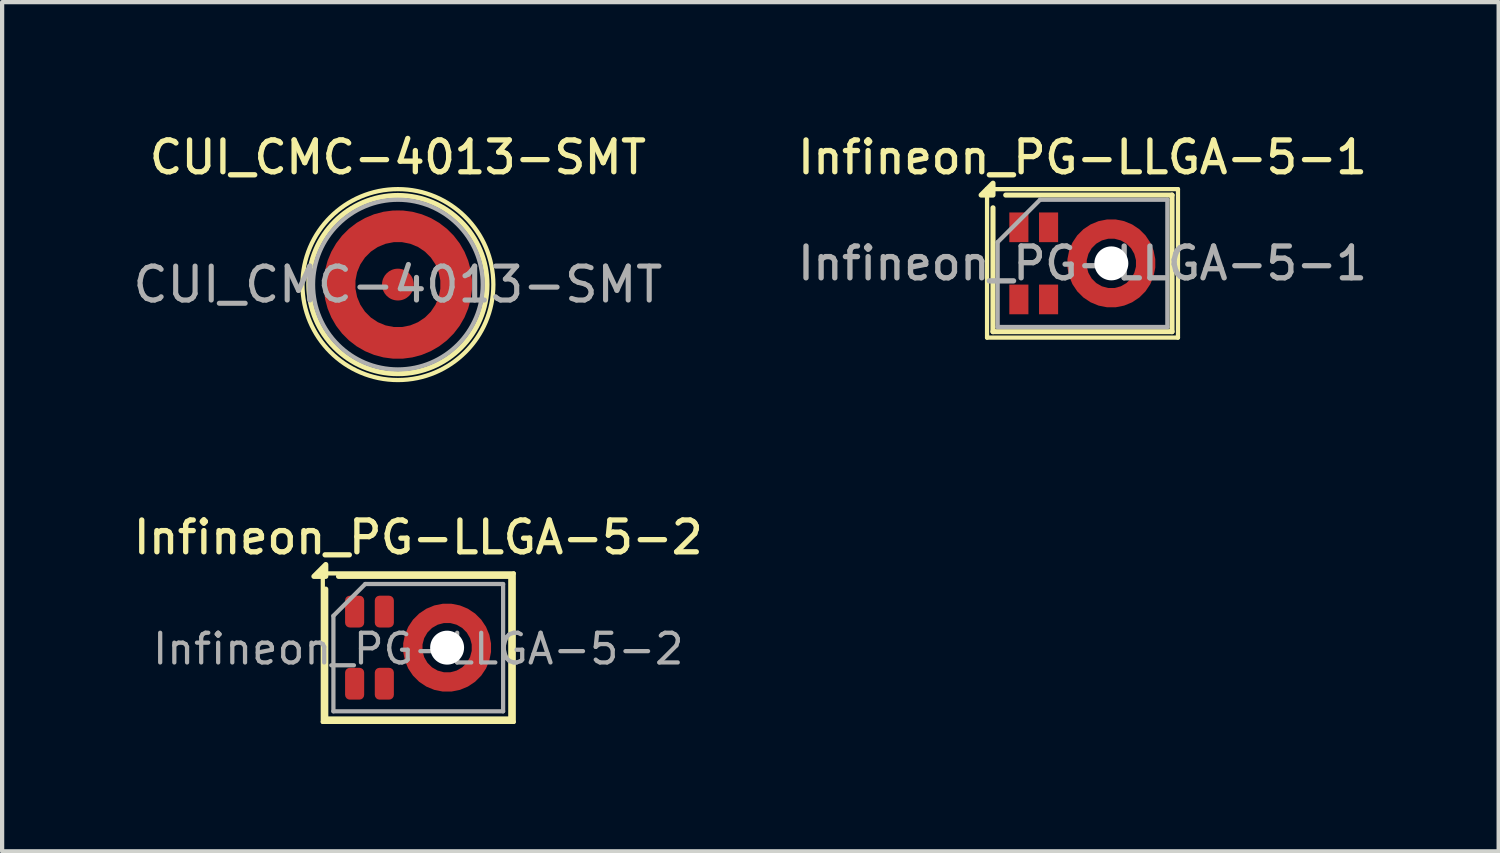
<source format=kicad_pcb>
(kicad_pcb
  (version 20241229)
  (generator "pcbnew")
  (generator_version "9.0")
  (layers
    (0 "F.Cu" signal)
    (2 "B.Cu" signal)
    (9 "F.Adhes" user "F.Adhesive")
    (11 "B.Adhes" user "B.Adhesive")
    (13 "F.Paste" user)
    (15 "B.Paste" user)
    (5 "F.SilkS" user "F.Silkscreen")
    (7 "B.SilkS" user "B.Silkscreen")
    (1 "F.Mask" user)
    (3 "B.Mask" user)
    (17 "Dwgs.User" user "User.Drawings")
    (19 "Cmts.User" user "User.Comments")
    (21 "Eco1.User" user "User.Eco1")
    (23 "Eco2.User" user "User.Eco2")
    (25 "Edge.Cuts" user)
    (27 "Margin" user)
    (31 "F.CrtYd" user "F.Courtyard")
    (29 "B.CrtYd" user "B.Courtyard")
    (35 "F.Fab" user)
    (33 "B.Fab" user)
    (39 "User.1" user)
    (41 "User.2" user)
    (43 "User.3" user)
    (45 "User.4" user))
  (footprint "Infineon_PG-LLGA-5-1"
    (layer "F.Cu")
    (at 22.466 3.158)
    (property "Reference" "Infineon_PG-LLGA-5-1" (at 0 -2.5 0) (layer "F.SilkS") (effects (font (size 0.75 0.75) (thickness 0.125))))
    (attr smd)
    (fp_line (start -2.25 -1.75) (end 2.25 -1.75) (stroke (width 0.1) (type solid)) (layer "F.SilkS"))
    (fp_line (start -2.25 1.75) (end -2.25 -1.75) (stroke (width 0.1) (type solid)) (layer "F.SilkS"))
    (fp_line (start -2.11 1.61) (end -2.11 -1.31) (stroke (width 0.12) (type solid)) (layer "F.SilkS"))
    (fp_line (start -1.81 -1.61) (end 2.11 -1.61) (stroke (width 0.12) (type solid)) (layer "F.SilkS"))
    (fp_line (start 2.11 -1.61) (end 2.11 1.61) (stroke (width 0.12) (type solid)) (layer "F.SilkS"))
    (fp_line (start 2.11 1.61) (end -2.11 1.61) (stroke (width 0.12) (type solid)) (layer "F.SilkS"))
    (fp_line (start 2.25 -1.75) (end 2.25 1.75) (stroke (width 0.1) (type solid)) (layer "F.SilkS"))
    (fp_line (start 2.25 1.75) (end -2.25 1.75) (stroke (width 0.1) (type solid)) (layer "F.SilkS"))
    (fp_poly (pts (xy -2.11 -1.61) (xy -2.39 -1.61) (xy -2.11 -1.89) (xy -2.11 -1.61)) (stroke (width 0.12) (type solid)) (fill yes) (layer "F.SilkS"))
    (fp_line (start -2 -0.5) (end -1 -1.5) (stroke (width 0.1) (type solid)) (layer "F.Fab"))
    (fp_line (start -2 1.5) (end -2 -0.5) (stroke (width 0.1) (type solid)) (layer "F.Fab"))
    (fp_line (start -1 -1.5) (end 2 -1.5) (stroke (width 0.1) (type solid)) (layer "F.Fab"))
    (fp_line (start 2 -1.5) (end 2 1.5) (stroke (width 0.1) (type solid)) (layer "F.Fab"))
    (fp_line (start 2 1.5) (end -2 1.5) (stroke (width 0.1) (type solid)) (layer "F.Fab"))
    (fp_text user "${REFERENCE}" (at 0 0 0) (layer "F.Fab") (effects (font (size 0.75 0.75) (thickness 0.125))))
    (pad "" smd custom (at -1.5 -0.725) (size 0.3 0.3) (layers "F.Paste") (options (anchor circle)) (primitives (gr_poly (pts (xy 0.077 -0.435) (xy 0.141 -0.391) (xy 0.185 -0.327) (xy 0.2 -0.25) (xy 0.2 0) (xy 0.185 0.077) (xy 0.141 0.141) (xy 0.077 0.185) (xy 0 0.2) (xy -0.077 0.185) (xy -0.141 0.141) (xy -0.185 0.077) (xy -0.2 0) (xy -0.2 -0.25) (xy -0.185 -0.327) (xy -0.141 -0.391) (xy -0.077 -0.435) (xy 0 -0.45)) (width 0) (fill yes))))
    (pad "" smd custom (at -1.5 0.725) (size 0.3 0.3) (layers "F.Paste") (options (anchor circle)) (primitives (gr_poly (pts (xy 0.077 -0.185) (xy 0.141 -0.141) (xy 0.185 -0.077) (xy 0.2 0) (xy 0.2 0.25) (xy 0.185 0.327) (xy 0.141 0.391) (xy 0.077 0.435) (xy 0 0.45) (xy -0.077 0.435) (xy -0.141 0.391) (xy -0.185 0.327) (xy -0.2 0.25) (xy -0.2 0) (xy -0.185 -0.077) (xy -0.141 -0.141) (xy -0.077 -0.185) (xy 0 -0.2)) (width 0) (fill yes))))
    (pad "" smd custom (at -0.8 -0.725) (size 0.3 0.3) (layers "F.Paste") (options (anchor circle)) (primitives (gr_poly (pts (xy 0.077 -0.435) (xy 0.141 -0.391) (xy 0.185 -0.327) (xy 0.2 -0.25) (xy 0.2 0) (xy 0.185 0.077) (xy 0.141 0.141) (xy 0.077 0.185) (xy 0 0.2) (xy -0.077 0.185) (xy -0.141 0.141) (xy -0.185 0.077) (xy -0.2 0) (xy -0.2 -0.25) (xy -0.185 -0.327) (xy -0.141 -0.391) (xy -0.077 -0.435) (xy 0 -0.45)) (width 0) (fill yes))))
    (pad "" smd custom (at -0.8 0.725) (size 0.3 0.3) (layers "F.Paste") (options (anchor circle)) (primitives (gr_poly (pts (xy 0.077 -0.185) (xy 0.141 -0.141) (xy 0.185 -0.077) (xy 0.2 0) (xy 0.2 0.25) (xy 0.185 0.327) (xy 0.141 0.391) (xy 0.077 0.435) (xy 0 0.45) (xy -0.077 0.435) (xy -0.141 0.391) (xy -0.185 0.327) (xy -0.2 0.25) (xy -0.2 0) (xy -0.185 -0.077) (xy -0.141 -0.141) (xy -0.077 -0.185) (xy 0 -0.2)) (width 0) (fill yes))))
    (pad "" smd custom (at -0.12 0) (size 0.3 0.3) (layers "F.Paste") (options (anchor circle)) (primitives (gr_poly (pts (xy 0.058 -0.359) (xy 0.129 -0.328) (xy 0.184 -0.273) (xy 0.213 -0.2) (xy 0.213 -0.122) (xy 0.2 0) (xy 0.213 0.122) (xy 0.213 0.2) (xy 0.184 0.273) (xy 0.129 0.328) (xy 0.058 0.359) (xy -0.02 0.36) (xy -0.093 0.33) (xy -0.149 0.276) (xy -0.179 0.204) (xy -0.198 0.068) (xy -0.198 -0.068) (xy -0.179 -0.204) (xy -0.149 -0.276) (xy -0.093 -0.33) (xy -0.02 -0.36)) (width 0) (fill yes))))
    (pad "" smd custom (at 0.28 -0.693) (size 0.3 0.3) (layers "F.Paste") (options (anchor circle)) (primitives (gr_poly (pts (xy 0.24 -0.246) (xy 0.301 -0.198) (xy 0.34 -0.13) (xy 0.349 -0.052) (xy 0.328 0.023) (xy 0.28 0.085) (xy 0.212 0.123) (xy 0.1 0.173) (xy 0.000409 0.245) (xy -0.067 0.285) (xy -0.144 0.296) (xy -0.22 0.276) (xy -0.282 0.229) (xy -0.322 0.162) (xy -0.332 0.085) (xy -0.313 0.009) (xy -0.266 -0.053) (xy -0.158 -0.137) (xy -0.04 -0.205) (xy 0.087 -0.257) (xy 0.164 -0.266)) (width 0) (fill yes))))
    (pad "" smd custom (at 0.28 0.693) (size 0.3 0.3) (layers "F.Paste") (options (anchor circle)) (primitives (gr_poly (pts (xy -0.067 -0.285) (xy 0.000389 -0.245) (xy 0.1 -0.173) (xy 0.212 -0.123) (xy 0.28 -0.085) (xy 0.328 -0.023) (xy 0.349 0.052) (xy 0.34 0.13) (xy 0.301 0.197) (xy 0.24 0.246) (xy 0.164 0.266) (xy 0.087 0.257) (xy -0.04 0.205) (xy -0.158 0.137) (xy -0.266 0.053) (xy -0.313 -0.009) (xy -0.332 -0.085) (xy -0.322 -0.162) (xy -0.282 -0.229) (xy -0.22 -0.276) (xy -0.144 -0.296)) (width 0) (fill yes))))
    (pad "" np_thru_hole circle (at 0.68 0) (size 0.8 0.8) (drill 0.8) (layers "*.Cu" "*.Mask"))
    (pad "" smd custom (at 1.08 -0.693) (size 0.3 0.3) (layers "F.Paste") (options (anchor circle)) (primitives (gr_poly (pts (xy -0.087 -0.257) (xy 0.04 -0.205) (xy 0.158 -0.137) (xy 0.266 -0.053) (xy 0.313 0.009) (xy 0.332 0.085) (xy 0.322 0.162) (xy 0.282 0.229) (xy 0.22 0.276) (xy 0.144 0.296) (xy 0.067 0.285) (xy -0.000409 0.245) (xy -0.1 0.173) (xy -0.212 0.123) (xy -0.28 0.085) (xy -0.328 0.023) (xy -0.349 -0.052) (xy -0.34 -0.13) (xy -0.301 -0.198) (xy -0.24 -0.246) (xy -0.164 -0.266)) (width 0) (fill yes))))
    (pad "" smd custom (at 1.08 0.693) (size 0.3 0.3) (layers "F.Paste") (options (anchor circle)) (primitives (gr_poly (pts (xy 0.22 -0.276) (xy 0.282 -0.229) (xy 0.322 -0.162) (xy 0.332 -0.085) (xy 0.313 -0.009) (xy 0.266 0.053) (xy 0.158 0.137) (xy 0.04 0.205) (xy -0.087 0.257) (xy -0.164 0.266) (xy -0.24 0.246) (xy -0.301 0.198) (xy -0.34 0.13) (xy -0.349 0.052) (xy -0.328 -0.023) (xy -0.28 -0.085) (xy -0.212 -0.123) (xy -0.1 -0.173) (xy -0.000411 -0.245) (xy 0.067 -0.285) (xy 0.144 -0.296)) (width 0) (fill yes))))
    (pad "" smd custom (at 1.48 0) (size 0.3 0.3) (layers "F.Paste") (options (anchor circle)) (primitives (gr_poly (pts (xy 0.093 -0.33) (xy 0.149 -0.276) (xy 0.179 -0.204) (xy 0.198 -0.068) (xy 0.198 0.068) (xy 0.179 0.204) (xy 0.149 0.276) (xy 0.093 0.33) (xy 0.02 0.36) (xy -0.058 0.359) (xy -0.129 0.328) (xy -0.184 0.273) (xy -0.213 0.2) (xy -0.213 0.122) (xy -0.2 0) (xy -0.213 -0.122) (xy -0.213 -0.2) (xy -0.184 -0.273) (xy -0.129 -0.328) (xy -0.058 -0.359) (xy 0.02 -0.36)) (width 0) (fill yes))))
    (pad "1" smd rect (at -1.5 -0.85) (size 0.45 0.7) (layers "F.Cu" "F.Mask"))
    (pad "2" smd rect (at -0.8 -0.85) (size 0.45 0.7) (layers "F.Cu" "F.Mask"))
    (pad "3" smd rect (at -1.5 0.85) (size 0.45 0.7) (layers "F.Cu" "F.Mask"))
    (pad "4" smd rect (at -0.8 0.85) (size 0.45 0.7) (layers "F.Cu" "F.Mask"))
    (pad "5" smd custom (at 0.68 -0.81) (size 0.4 0.4) (layers "F.Cu" "F.Mask") (options (anchor circle)) (primitives (gr_circle (center 0 0.81) (end 0.81 0.81) (width 0.46) (fill no)))))
  (footprint "CUI_CMC-4013-SMT"
    (layer "F.Cu")
    (at 6.329 3.658)
    (property "Reference" "CUI_CMC-4013-SMT" (at 0 -3 0) (layer "F.SilkS") (effects (font (size 0.75 0.75) (thickness 0.125))))
    (attr smd)
    (fp_circle (center 0 0) (end 2.1 0) (stroke (width 0.12) (type solid)) (fill no) (layer "F.SilkS"))
    (fp_circle (center 0 0) (end 2.25 0) (stroke (width 0.1) (type solid)) (fill no) (layer "F.SilkS"))
    (fp_circle (center 0 0) (end 2 0) (stroke (width 0.1) (type solid)) (fill no) (layer "F.Fab"))
    (fp_text user "${REFERENCE}" (at 0 0 0) (layer "F.Fab") (effects (font (size 0.8 0.8) (thickness 0.12))))
    (pad "1" smd custom (at 0 -1.375) (size 0.75 0.75) (layers "F.Cu" "F.Mask" "F.Paste") (options (anchor circle)) (primitives (gr_circle (center 0 1.375) (end 1.375 1.375) (width 0.75) (fill no))))
    (pad "2" smd circle (at 0 0) (size 0.75 0.75) (layers "F.Cu" "F.Mask" "F.Paste")))
  (footprint "Infineon_PG-LLGA-5-2"
    (layer "F.Cu")
    (at 6.809 12.216)
    (property "Reference" "Infineon_PG-LLGA-5-2" (at 0 -2.6 0) (layer "F.SilkS") (effects (font (size 0.75 0.75) (thickness 0.125))))
    (attr smd)
    (fp_line (start -2.25 -1.75) (end 2.25 -1.75) (stroke (width 0.1) (type solid)) (layer "F.SilkS"))
    (fp_line (start -2.25 1.75) (end -2.25 -1.75) (stroke (width 0.1) (type solid)) (layer "F.SilkS"))
    (fp_line (start -2.18 -1.38) (end -2.18 1.68) (stroke (width 0.12) (type solid)) (layer "F.SilkS"))
    (fp_line (start -2.18 1.68) (end 2.18 1.68) (stroke (width 0.12) (type solid)) (layer "F.SilkS"))
    (fp_line (start -1.88 -1.68) (end 2.18 -1.68) (stroke (width 0.12) (type solid)) (layer "F.SilkS"))
    (fp_line (start 2.18 -1.68) (end 2.18 1.68) (stroke (width 0.12) (type solid)) (layer "F.SilkS"))
    (fp_line (start 2.25 -1.75) (end 2.25 1.75) (stroke (width 0.1) (type solid)) (layer "F.SilkS"))
    (fp_line (start 2.25 1.75) (end -2.25 1.75) (stroke (width 0.1) (type solid)) (layer "F.SilkS"))
    (fp_poly (pts (xy -2.18 -1.68) (xy -2.46 -1.68) (xy -2.18 -1.96) (xy -2.18 -1.68)) (stroke (width 0.12) (type solid)) (fill yes) (layer "F.SilkS"))
    (fp_line (start -1.5 -0.75) (end -1.5 -0.95) (stroke (width 0.4) (type default)) (layer "F.Paste"))
    (fp_line (start -1.5 0.95) (end -1.5 0.75) (stroke (width 0.4) (type default)) (layer "F.Paste"))
    (fp_line (start -0.8 -0.75) (end -0.8 -0.95) (stroke (width 0.4) (type default)) (layer "F.Paste"))
    (fp_line (start -0.8 0.95) (end -0.8 0.75) (stroke (width 0.4) (type default)) (layer "F.Paste"))
    (fp_arc (start -0.103446 0.161902) (mid -0.12 0) (end -0.103446 -0.161902) (stroke (width 0.4) (type solid)) (layer "F.Paste"))
    (fp_arc (start 0.148065 -0.597533) (mid 0.28 -0.692821) (end 0.428489 -0.759435) (stroke (width 0.4) (type solid)) (layer "F.Paste"))
    (fp_arc (start 0.428489 0.759435) (mid 0.28 0.69282) (end 0.148065 0.597533) (stroke (width 0.4) (type solid)) (layer "F.Paste"))
    (fp_arc (start 0.931511 -0.759435) (mid 1.08 -0.69282) (end 1.211935 -0.597533) (stroke (width 0.4) (type solid)) (layer "F.Paste"))
    (fp_arc (start 1.211935 0.597533) (mid 1.08 0.69282) (end 0.931511 0.759435) (stroke (width 0.4) (type solid)) (layer "F.Paste"))
    (fp_arc (start 1.463446 -0.161902) (mid 1.48 0) (end 1.463446 0.161902) (stroke (width 0.4) (type solid)) (layer "F.Paste"))
    (fp_line (start -2 -0.75) (end -1.25 -1.5) (stroke (width 0.1) (type solid)) (layer "F.Fab"))
    (fp_line (start -2 1.5) (end -2 -0.75) (stroke (width 0.1) (type solid)) (layer "F.Fab"))
    (fp_line (start -2 1.5) (end 2 1.5) (stroke (width 0.1) (type solid)) (layer "F.Fab"))
    (fp_line (start 2 -1.5) (end -1.25 -1.5) (stroke (width 0.1) (type solid)) (layer "F.Fab"))
    (fp_line (start 2 1.5) (end 2 -1.5) (stroke (width 0.1) (type solid)) (layer "F.Fab"))
    (fp_text user "${REFERENCE}" (at 0 0.03 0) (layer "F.Fab") (effects (font (size 0.7 0.7) (thickness 0.1))))
    (pad "" np_thru_hole circle (at 0.68 0 90) (size 0.8 0.8) (drill 0.8) (layers "*.Cu" "*.Mask"))
    (pad "1" smd roundrect (at -1.5 -0.85 270) (size 0.75 0.45) (layers "F.Cu" "F.Mask") (roundrect_rratio 0.25))
    (pad "2" smd roundrect (at -0.8 -0.85 270) (size 0.75 0.45) (layers "F.Cu" "F.Mask") (roundrect_rratio 0.25))
    (pad "3" smd roundrect (at -1.5 0.85 270) (size 0.75 0.45) (layers "F.Cu" "F.Mask") (roundrect_rratio 0.25))
    (pad "4" smd roundrect (at -0.8 0.85 270) (size 0.75 0.45) (layers "F.Cu" "F.Mask") (roundrect_rratio 0.25))
    (pad "5" smd custom (at -0.13 0 270) (size 0.46 0.46) (layers "F.Cu" "F.Mask") (options (anchor circle)) (primitives (gr_circle (center 0 -0.81) (end 0.81 -0.81) (width 0.46) (fill no)))))
  (gr_rect
    (start -3 -3)
    (end 32.275 17.016)
    (stroke (width 0.1) (type default))
    (fill no)
    (layer "Edge.Cuts")))
</source>
